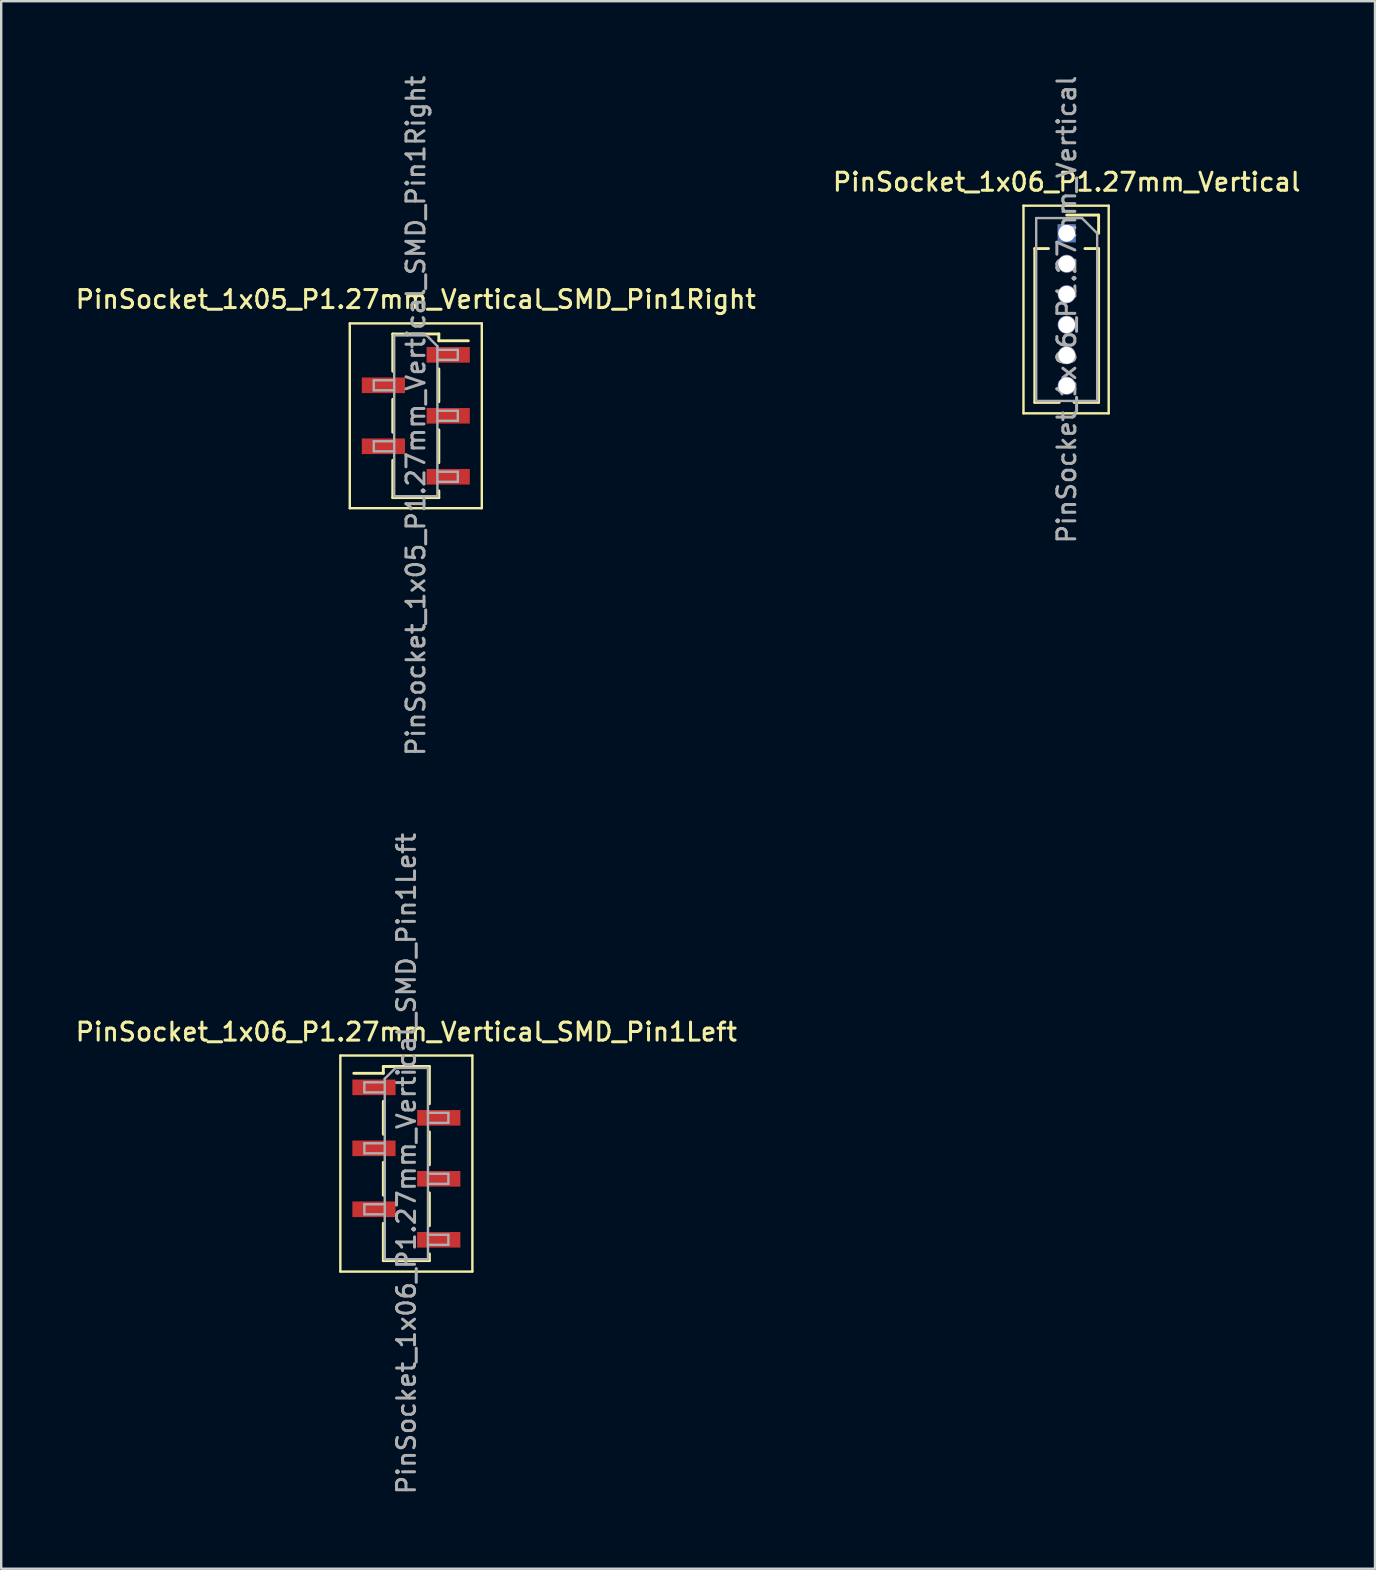
<source format=kicad_pcb>
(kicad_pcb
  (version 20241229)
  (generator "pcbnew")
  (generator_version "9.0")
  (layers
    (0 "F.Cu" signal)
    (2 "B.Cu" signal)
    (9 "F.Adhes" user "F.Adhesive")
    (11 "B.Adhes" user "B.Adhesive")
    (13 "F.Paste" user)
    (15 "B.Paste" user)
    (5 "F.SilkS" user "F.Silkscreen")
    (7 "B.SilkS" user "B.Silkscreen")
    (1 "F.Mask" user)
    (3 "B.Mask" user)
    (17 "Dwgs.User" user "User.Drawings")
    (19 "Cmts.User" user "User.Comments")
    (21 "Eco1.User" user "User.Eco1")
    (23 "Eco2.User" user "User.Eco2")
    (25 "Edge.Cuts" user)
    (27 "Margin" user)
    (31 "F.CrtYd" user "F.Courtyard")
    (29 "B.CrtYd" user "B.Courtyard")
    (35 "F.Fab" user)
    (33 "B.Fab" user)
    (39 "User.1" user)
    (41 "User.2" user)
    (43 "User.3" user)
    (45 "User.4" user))
  (footprint "PinSocket_1x06_P1.27mm_Vertical"
    (layer "F.Cu")
    (at 41.391 6.67)
    (property "Reference" "PinSocket_1x06_P1.27mm_Vertical" (at 0 -2.135 0) (layer "F.SilkS") (effects (font (size 0.75 0.75) (thickness 0.125))))
    (attr through_hole)
    (fp_line (start -1.8 -1.15) (end 1.75 -1.15) (stroke (width 0.1) (type solid)) (layer "F.SilkS"))
    (fp_line (start -1.8 7.5) (end -1.8 -1.15) (stroke (width 0.1) (type solid)) (layer "F.SilkS"))
    (fp_line (start -1.33 0.635) (end -1.33 7.045) (stroke (width 0.12) (type solid)) (layer "F.SilkS"))
    (fp_line (start -1.33 0.635) (end -0.76 0.635) (stroke (width 0.12) (type solid)) (layer "F.SilkS"))
    (fp_line (start -1.33 7.045) (end -0.308 7.045) (stroke (width 0.12) (type solid)) (layer "F.SilkS"))
    (fp_line (start 0 -0.76) (end 1.33 -0.76) (stroke (width 0.12) (type solid)) (layer "F.SilkS"))
    (fp_line (start 0.308 7.045) (end 1.33 7.045) (stroke (width 0.12) (type solid)) (layer "F.SilkS"))
    (fp_line (start 0.76 0.635) (end 1.33 0.635) (stroke (width 0.12) (type solid)) (layer "F.SilkS"))
    (fp_line (start 1.33 -0.76) (end 1.33 0) (stroke (width 0.12) (type solid)) (layer "F.SilkS"))
    (fp_line (start 1.33 0.635) (end 1.33 7.045) (stroke (width 0.12) (type solid)) (layer "F.SilkS"))
    (fp_line (start 1.75 -1.15) (end 1.75 7.5) (stroke (width 0.1) (type solid)) (layer "F.SilkS"))
    (fp_line (start 1.75 7.5) (end -1.8 7.5) (stroke (width 0.1) (type solid)) (layer "F.SilkS"))
    (fp_line (start -1.27 -0.635) (end 0.635 -0.635) (stroke (width 0.1) (type solid)) (layer "F.Fab"))
    (fp_line (start -1.27 6.985) (end -1.27 -0.635) (stroke (width 0.1) (type solid)) (layer "F.Fab"))
    (fp_line (start 0.635 -0.635) (end 1.27 0) (stroke (width 0.1) (type solid)) (layer "F.Fab"))
    (fp_line (start 1.27 0) (end 1.27 6.985) (stroke (width 0.1) (type solid)) (layer "F.Fab"))
    (fp_line (start 1.27 6.985) (end -1.27 6.985) (stroke (width 0.1) (type solid)) (layer "F.Fab"))
    (fp_text user "${REFERENCE}" (at 0 3.175 90) (layer "F.Fab") (effects (font (size 0.75 0.75) (thickness 0.125))))
    (pad "1" thru_hole rect (at 0 0) (size 0.75 0.75) (drill 0.7) (layers "*.Cu" "*.Mask"))
    (pad "2" thru_hole oval (at 0 1.27) (size 0.75 0.75) (drill 0.7) (layers "*.Cu" "*.Mask"))
    (pad "3" thru_hole oval (at 0 2.54) (size 0.75 0.75) (drill 0.7) (layers "*.Cu" "*.Mask"))
    (pad "4" thru_hole oval (at 0 3.81) (size 0.75 0.75) (drill 0.7) (layers "*.Cu" "*.Mask"))
    (pad "5" thru_hole oval (at 0 5.08) (size 0.75 0.75) (drill 0.7) (layers "*.Cu" "*.Mask"))
    (pad "6" thru_hole oval (at 0 6.35) (size 0.75 0.75) (drill 0.7) (layers "*.Cu" "*.Mask")))
  (footprint "PinSocket_1x05_P1.27mm_Vertical_SMD_Pin1Right"
    (layer "F.Cu")
    (at 14.273 14.273)
    (property "Reference" "PinSocket_1x05_P1.27mm_Vertical_SMD_Pin1Right" (at 0 -4.85 0) (layer "F.SilkS") (effects (font (size 0.75 0.75) (thickness 0.125))))
    (attr smd)
    (fp_line (start -2.75 -3.85) (end 2.75 -3.85) (stroke (width 0.1) (type solid)) (layer "F.SilkS"))
    (fp_line (start -2.75 3.85) (end -2.75 -3.85) (stroke (width 0.1) (type solid)) (layer "F.SilkS"))
    (fp_line (start -0.96 -3.41) (end -0.96 -1.855) (stroke (width 0.12) (type solid)) (layer "F.SilkS"))
    (fp_line (start -0.96 -3.41) (end 0.96 -3.41) (stroke (width 0.12) (type solid)) (layer "F.SilkS"))
    (fp_line (start -0.96 -0.685) (end -0.96 0.685) (stroke (width 0.12) (type solid)) (layer "F.SilkS"))
    (fp_line (start -0.96 1.855) (end -0.96 3.41) (stroke (width 0.12) (type solid)) (layer "F.SilkS"))
    (fp_line (start -0.96 3.41) (end 0.96 3.41) (stroke (width 0.12) (type solid)) (layer "F.SilkS"))
    (fp_line (start 0.96 -3.41) (end 0.96 -3.125) (stroke (width 0.12) (type solid)) (layer "F.SilkS"))
    (fp_line (start 0.96 -3.125) (end 2.19 -3.125) (stroke (width 0.12) (type solid)) (layer "F.SilkS"))
    (fp_line (start 0.96 -1.955) (end 0.96 -0.585) (stroke (width 0.12) (type solid)) (layer "F.SilkS"))
    (fp_line (start 0.96 0.585) (end 0.96 1.955) (stroke (width 0.12) (type solid)) (layer "F.SilkS"))
    (fp_line (start 0.96 3.125) (end 0.96 3.41) (stroke (width 0.12) (type solid)) (layer "F.SilkS"))
    (fp_line (start 2.75 -3.85) (end 2.75 3.85) (stroke (width 0.1) (type solid)) (layer "F.SilkS"))
    (fp_line (start 2.75 3.85) (end -2.75 3.85) (stroke (width 0.1) (type solid)) (layer "F.SilkS"))
    (fp_line (start -1.75 -1.48) (end -0.9 -1.48) (stroke (width 0.1) (type solid)) (layer "F.Fab"))
    (fp_line (start -1.75 -1.06) (end -1.75 -1.48) (stroke (width 0.1) (type solid)) (layer "F.Fab"))
    (fp_line (start -1.75 1.06) (end -0.9 1.06) (stroke (width 0.1) (type solid)) (layer "F.Fab"))
    (fp_line (start -1.75 1.48) (end -1.75 1.06) (stroke (width 0.1) (type solid)) (layer "F.Fab"))
    (fp_line (start -0.9 -3.35) (end 0.45 -3.35) (stroke (width 0.1) (type solid)) (layer "F.Fab"))
    (fp_line (start -0.9 -1.06) (end -1.75 -1.06) (stroke (width 0.1) (type solid)) (layer "F.Fab"))
    (fp_line (start -0.9 1.48) (end -1.75 1.48) (stroke (width 0.1) (type solid)) (layer "F.Fab"))
    (fp_line (start -0.9 3.35) (end -0.9 -3.35) (stroke (width 0.1) (type solid)) (layer "F.Fab"))
    (fp_line (start 0.45 -3.35) (end 0.9 -2.9) (stroke (width 0.1) (type solid)) (layer "F.Fab"))
    (fp_line (start 0.9 -2.9) (end 0.9 3.35) (stroke (width 0.1) (type solid)) (layer "F.Fab"))
    (fp_line (start 0.9 -2.75) (end 1.75 -2.75) (stroke (width 0.1) (type solid)) (layer "F.Fab"))
    (fp_line (start 0.9 -0.21) (end 1.75 -0.21) (stroke (width 0.1) (type solid)) (layer "F.Fab"))
    (fp_line (start 0.9 2.33) (end 1.75 2.33) (stroke (width 0.1) (type solid)) (layer "F.Fab"))
    (fp_line (start 0.9 3.35) (end -0.9 3.35) (stroke (width 0.1) (type solid)) (layer "F.Fab"))
    (fp_line (start 1.75 -2.75) (end 1.75 -2.33) (stroke (width 0.1) (type solid)) (layer "F.Fab"))
    (fp_line (start 1.75 -2.33) (end 0.9 -2.33) (stroke (width 0.1) (type solid)) (layer "F.Fab"))
    (fp_line (start 1.75 -0.21) (end 1.75 0.21) (stroke (width 0.1) (type solid)) (layer "F.Fab"))
    (fp_line (start 1.75 0.21) (end 0.9 0.21) (stroke (width 0.1) (type solid)) (layer "F.Fab"))
    (fp_line (start 1.75 2.33) (end 1.75 2.75) (stroke (width 0.1) (type solid)) (layer "F.Fab"))
    (fp_line (start 1.75 2.75) (end 0.9 2.75) (stroke (width 0.1) (type solid)) (layer "F.Fab"))
    (fp_text user "${REFERENCE}" (at 0 0 90) (layer "F.Fab") (effects (font (size 0.75 0.75) (thickness 0.125))))
    (pad "1" smd rect (at 1.35 -2.54) (size 1.8 0.65) (layers "F.Cu" "F.Mask" "F.Paste"))
    (pad "2" smd rect (at -1.35 -1.27) (size 1.8 0.65) (layers "F.Cu" "F.Mask" "F.Paste"))
    (pad "3" smd rect (at 1.35 0) (size 1.8 0.65) (layers "F.Cu" "F.Mask" "F.Paste"))
    (pad "4" smd rect (at -1.35 1.27) (size 1.8 0.65) (layers "F.Cu" "F.Mask" "F.Paste"))
    (pad "5" smd rect (at 1.35 2.54) (size 1.8 0.65) (layers "F.Cu" "F.Mask" "F.Paste")))
  (footprint "PinSocket_1x06_P1.27mm_Vertical_SMD_Pin1Left"
    (layer "F.Cu")
    (at 13.88 45.427)
    (property "Reference" "PinSocket_1x06_P1.27mm_Vertical_SMD_Pin1Left" (at 0 -5.485 0) (layer "F.SilkS") (effects (font (size 0.75 0.75) (thickness 0.125))))
    (attr smd)
    (fp_line (start -2.75 -4.5) (end 2.75 -4.5) (stroke (width 0.1) (type solid)) (layer "F.SilkS"))
    (fp_line (start -2.75 4.5) (end -2.75 -4.5) (stroke (width 0.1) (type solid)) (layer "F.SilkS"))
    (fp_line (start -2.19 -3.76) (end -0.96 -3.76) (stroke (width 0.12) (type solid)) (layer "F.SilkS"))
    (fp_line (start -0.96 -4.045) (end -0.96 -3.76) (stroke (width 0.12) (type solid)) (layer "F.SilkS"))
    (fp_line (start -0.96 -4.045) (end 0.96 -4.045) (stroke (width 0.12) (type solid)) (layer "F.SilkS"))
    (fp_line (start -0.96 -2.59) (end -0.96 -1.22) (stroke (width 0.12) (type solid)) (layer "F.SilkS"))
    (fp_line (start -0.96 -0.05) (end -0.96 1.32) (stroke (width 0.12) (type solid)) (layer "F.SilkS"))
    (fp_line (start -0.96 2.49) (end -0.96 4.045) (stroke (width 0.12) (type solid)) (layer "F.SilkS"))
    (fp_line (start -0.96 4.045) (end 0.96 4.045) (stroke (width 0.12) (type solid)) (layer "F.SilkS"))
    (fp_line (start 0.96 -4.045) (end 0.96 -2.49) (stroke (width 0.12) (type solid)) (layer "F.SilkS"))
    (fp_line (start 0.96 -1.32) (end 0.96 0.05) (stroke (width 0.12) (type solid)) (layer "F.SilkS"))
    (fp_line (start 0.96 1.22) (end 0.96 2.59) (stroke (width 0.12) (type solid)) (layer "F.SilkS"))
    (fp_line (start 0.96 3.76) (end 0.96 4.045) (stroke (width 0.12) (type solid)) (layer "F.SilkS"))
    (fp_line (start 2.75 -4.5) (end 2.75 4.5) (stroke (width 0.1) (type solid)) (layer "F.SilkS"))
    (fp_line (start 2.75 4.5) (end -2.75 4.5) (stroke (width 0.1) (type solid)) (layer "F.SilkS"))
    (fp_line (start -1.75 -3.385) (end -0.9 -3.385) (stroke (width 0.1) (type solid)) (layer "F.Fab"))
    (fp_line (start -1.75 -2.965) (end -1.75 -3.385) (stroke (width 0.1) (type solid)) (layer "F.Fab"))
    (fp_line (start -1.75 -0.845) (end -0.9 -0.845) (stroke (width 0.1) (type solid)) (layer "F.Fab"))
    (fp_line (start -1.75 -0.425) (end -1.75 -0.845) (stroke (width 0.1) (type solid)) (layer "F.Fab"))
    (fp_line (start -1.75 1.695) (end -0.9 1.695) (stroke (width 0.1) (type solid)) (layer "F.Fab"))
    (fp_line (start -1.75 2.115) (end -1.75 1.695) (stroke (width 0.1) (type solid)) (layer "F.Fab"))
    (fp_line (start -0.9 -3.535) (end -0.45 -3.985) (stroke (width 0.1) (type solid)) (layer "F.Fab"))
    (fp_line (start -0.9 -2.965) (end -1.75 -2.965) (stroke (width 0.1) (type solid)) (layer "F.Fab"))
    (fp_line (start -0.9 -0.425) (end -1.75 -0.425) (stroke (width 0.1) (type solid)) (layer "F.Fab"))
    (fp_line (start -0.9 2.115) (end -1.75 2.115) (stroke (width 0.1) (type solid)) (layer "F.Fab"))
    (fp_line (start -0.9 3.985) (end -0.9 -3.535) (stroke (width 0.1) (type solid)) (layer "F.Fab"))
    (fp_line (start -0.45 -3.985) (end 0.9 -3.985) (stroke (width 0.1) (type solid)) (layer "F.Fab"))
    (fp_line (start 0.9 -3.985) (end 0.9 3.985) (stroke (width 0.1) (type solid)) (layer "F.Fab"))
    (fp_line (start 0.9 -2.115) (end 1.75 -2.115) (stroke (width 0.1) (type solid)) (layer "F.Fab"))
    (fp_line (start 0.9 0.425) (end 1.75 0.425) (stroke (width 0.1) (type solid)) (layer "F.Fab"))
    (fp_line (start 0.9 2.965) (end 1.75 2.965) (stroke (width 0.1) (type solid)) (layer "F.Fab"))
    (fp_line (start 0.9 3.985) (end -0.9 3.985) (stroke (width 0.1) (type solid)) (layer "F.Fab"))
    (fp_line (start 1.75 -2.115) (end 1.75 -1.695) (stroke (width 0.1) (type solid)) (layer "F.Fab"))
    (fp_line (start 1.75 -1.695) (end 0.9 -1.695) (stroke (width 0.1) (type solid)) (layer "F.Fab"))
    (fp_line (start 1.75 0.425) (end 1.75 0.845) (stroke (width 0.1) (type solid)) (layer "F.Fab"))
    (fp_line (start 1.75 0.845) (end 0.9 0.845) (stroke (width 0.1) (type solid)) (layer "F.Fab"))
    (fp_line (start 1.75 2.965) (end 1.75 3.385) (stroke (width 0.1) (type solid)) (layer "F.Fab"))
    (fp_line (start 1.75 3.385) (end 0.9 3.385) (stroke (width 0.1) (type solid)) (layer "F.Fab"))
    (fp_text user "${REFERENCE}" (at 0 0 90) (layer "F.Fab") (effects (font (size 0.75 0.75) (thickness 0.125))))
    (pad "1" smd rect (at -1.35 -3.175) (size 1.8 0.65) (layers "F.Cu" "F.Mask" "F.Paste"))
    (pad "2" smd rect (at 1.35 -1.905) (size 1.8 0.65) (layers "F.Cu" "F.Mask" "F.Paste"))
    (pad "3" smd rect (at -1.35 -0.635) (size 1.8 0.65) (layers "F.Cu" "F.Mask" "F.Paste"))
    (pad "4" smd rect (at 1.35 0.635) (size 1.8 0.65) (layers "F.Cu" "F.Mask" "F.Paste"))
    (pad "5" smd rect (at -1.35 1.905) (size 1.8 0.65) (layers "F.Cu" "F.Mask" "F.Paste"))
    (pad "6" smd rect (at 1.35 3.175) (size 1.8 0.65) (layers "F.Cu" "F.Mask" "F.Paste")))
  (gr_rect
    (start -3 -3)
    (end 54.236 62.307)
    (stroke (width 0.1) (type default))
    (fill no)
    (layer "Edge.Cuts")))
</source>
